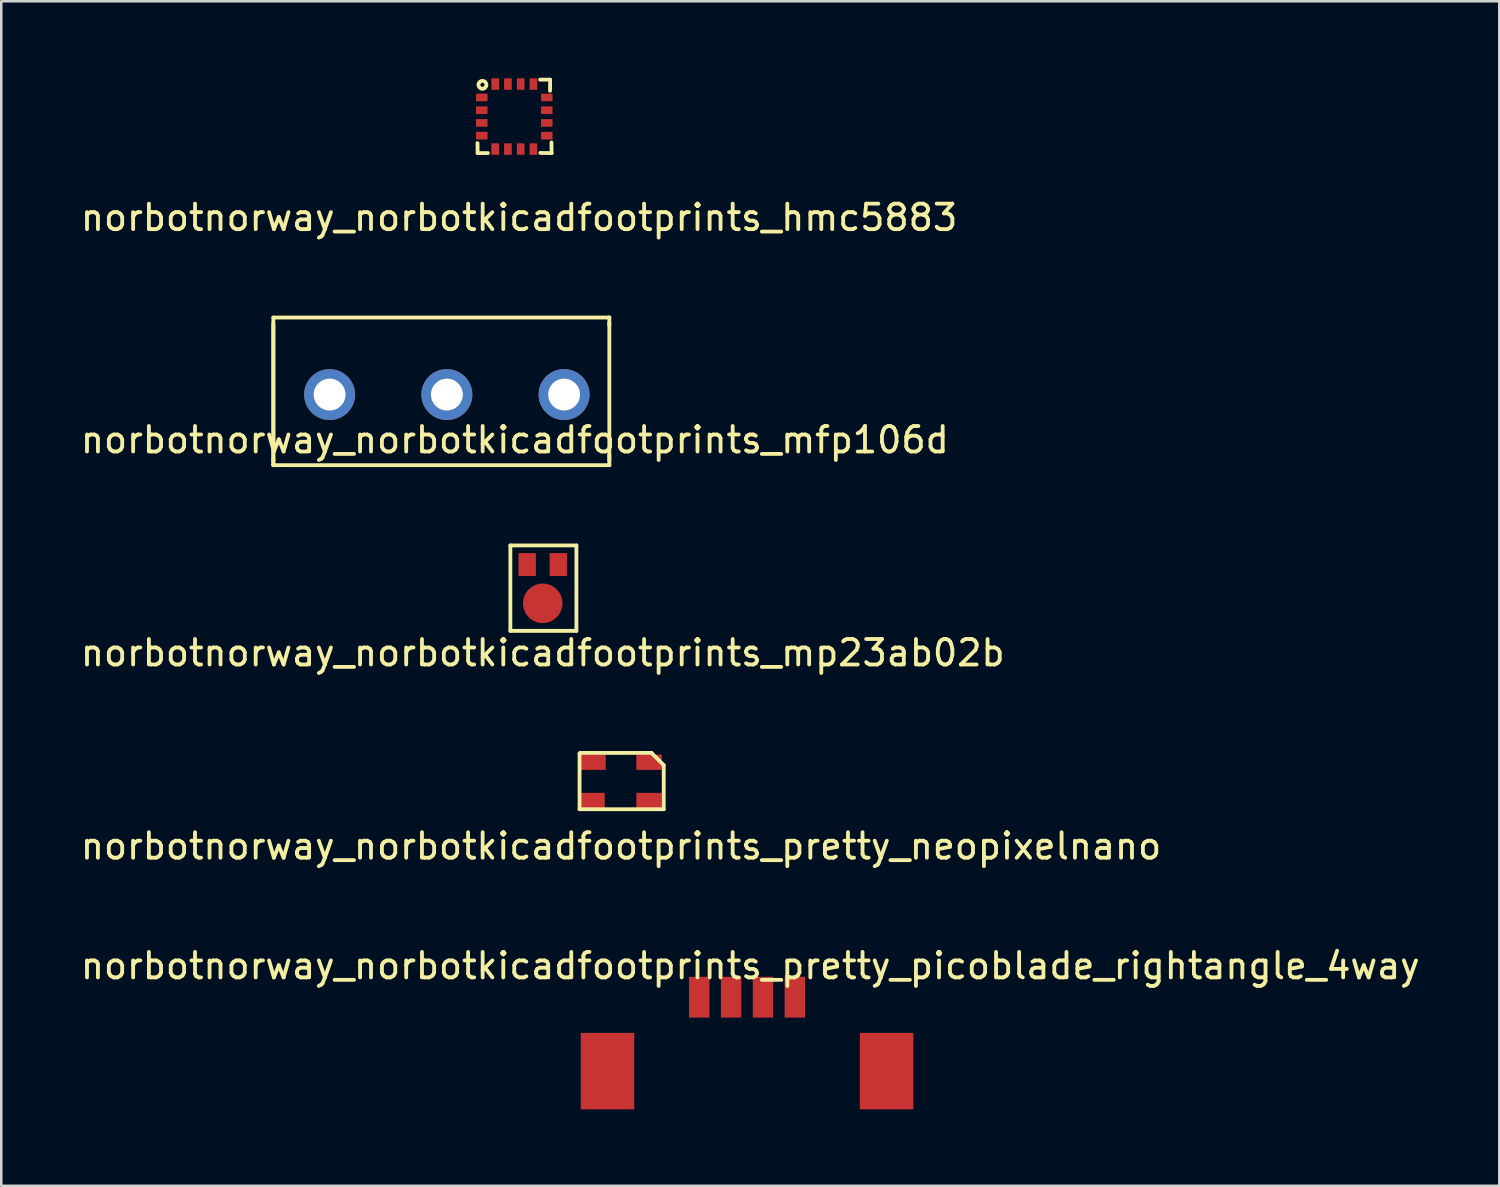
<source format=kicad_pcb>
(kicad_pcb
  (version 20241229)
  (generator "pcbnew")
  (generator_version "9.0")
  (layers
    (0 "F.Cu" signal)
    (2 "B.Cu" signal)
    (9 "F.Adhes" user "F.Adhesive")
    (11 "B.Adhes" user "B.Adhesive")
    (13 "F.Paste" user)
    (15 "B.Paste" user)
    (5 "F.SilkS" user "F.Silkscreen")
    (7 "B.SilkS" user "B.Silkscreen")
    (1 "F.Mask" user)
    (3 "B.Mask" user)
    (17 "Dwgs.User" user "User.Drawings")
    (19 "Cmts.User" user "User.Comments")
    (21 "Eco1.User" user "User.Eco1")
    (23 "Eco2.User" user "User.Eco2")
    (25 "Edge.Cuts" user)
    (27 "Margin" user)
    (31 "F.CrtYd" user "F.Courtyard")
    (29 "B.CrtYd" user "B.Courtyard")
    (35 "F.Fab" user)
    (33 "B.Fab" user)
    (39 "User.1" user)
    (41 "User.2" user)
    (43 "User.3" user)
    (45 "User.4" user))
  (footprint "norbotnorway_norbotkicadfootprints_hmc5883"
    (layer "F.Cu")
    (at 17.128 1.523)
    (property "Reference" "norbotnorway_norbotkicadfootprints_hmc5883" (at 0.188 3.962 0) (layer "F.SilkS") (effects (font (size 1 1) (thickness 0.15))))
    (attr through_hole)
    (fp_line (start -1.438 1.427) (end -1.443 1.041) (stroke (width 0.15) (type solid)) (layer "F.SilkS"))
    (fp_line (start -1.036 1.433) (end -1.438 1.433) (stroke (width 0.15) (type solid)) (layer "F.SilkS"))
    (fp_line (start 1.011 -1.448) (end 1.407 -1.448) (stroke (width 0.15) (type solid)) (layer "F.SilkS"))
    (fp_line (start 1.407 -1.448) (end 1.402 -1.011) (stroke (width 0.15) (type solid)) (layer "F.SilkS"))
    (fp_line (start 1.458 1.016) (end 1.463 1.433) (stroke (width 0.15) (type solid)) (layer "F.SilkS"))
    (fp_line (start 1.463 1.433) (end 1.021 1.427) (stroke (width 0.15) (type solid)) (layer "F.SilkS"))
    (fp_circle (center -1.25 -1.245) (end -1.179 -1.107) (stroke (width 0.15) (type solid)) (fill no) (layer "F.SilkS"))
    (pad "1" smd rect (at -1.275 -0.75) (size 0.45 0.3) (layers "F.Cu" "F.Mask" "F.Paste"))
    (pad "2" smd rect (at -1.275 -0.25) (size 0.45 0.3) (layers "F.Cu" "F.Mask" "F.Paste"))
    (pad "3" smd rect (at -1.275 0.25) (size 0.45 0.3) (layers "F.Cu" "F.Mask" "F.Paste"))
    (pad "4" smd rect (at -1.275 0.75) (size 0.45 0.3) (layers "F.Cu" "F.Mask" "F.Paste"))
    (pad "5" smd rect (at -0.75 1.275 90) (size 0.45 0.3) (layers "F.Cu" "F.Mask" "F.Paste"))
    (pad "6" smd rect (at -0.25 1.275 90) (size 0.45 0.3) (layers "F.Cu" "F.Mask" "F.Paste"))
    (pad "7" smd rect (at 0.25 1.275 90) (size 0.45 0.3) (layers "F.Cu" "F.Mask" "F.Paste"))
    (pad "8" smd rect (at 0.75 1.275 90) (size 0.45 0.3) (layers "F.Cu" "F.Mask" "F.Paste"))
    (pad "9" smd rect (at 1.275 0.75) (size 0.45 0.3) (layers "F.Cu" "F.Mask" "F.Paste"))
    (pad "10" smd rect (at 1.275 0.25) (size 0.45 0.3) (layers "F.Cu" "F.Mask" "F.Paste"))
    (pad "11" smd rect (at 1.275 -0.25) (size 0.45 0.3) (layers "F.Cu" "F.Mask" "F.Paste"))
    (pad "12" smd rect (at 1.275 -0.75) (size 0.45 0.3) (layers "F.Cu" "F.Mask" "F.Paste"))
    (pad "13" smd rect (at 0.75 -1.275 90) (size 0.45 0.3) (layers "F.Cu" "F.Mask" "F.Paste"))
    (pad "14" smd rect (at 0.25 -1.275 90) (size 0.45 0.3) (layers "F.Cu" "F.Mask" "F.Paste"))
    (pad "15" smd rect (at -0.25 -1.275 90) (size 0.45 0.3) (layers "F.Cu" "F.Mask" "F.Paste"))
    (pad "16" smd rect (at -0.75 -1.275 90) (size 0.45 0.3) (layers "F.Cu" "F.Mask" "F.Paste")))
  (footprint "norbotnorway_norbotkicadfootprints_pretty_neopixelnano"
    (layer "F.Cu")
    (at 21.315 27.607)
    (property "Reference" "norbotnorway_norbotkicadfootprints_pretty_neopixelnano" (at 0 2.54 0) (layer "F.SilkS") (effects (font (size 1 1) (thickness 0.15))))
    (attr through_hole)
    (fp_line (start -1.626 1.092) (end -1.626 -1.092) (stroke (width 0.15) (type solid)) (layer "F.SilkS"))
    (fp_line (start -1.6 -1.118) (end -1.626 -1.092) (stroke (width 0.15) (type solid)) (layer "F.SilkS"))
    (fp_line (start -1.6 -1.118) (end 1.194 -1.118) (stroke (width 0.15) (type solid)) (layer "F.SilkS"))
    (fp_line (start 1.194 -1.118) (end 1.676 -0.635) (stroke (width 0.15) (type solid)) (layer "F.SilkS"))
    (fp_line (start 1.676 -0.635) (end 1.676 1.092) (stroke (width 0.15) (type solid)) (layer "F.SilkS"))
    (fp_line (start 1.676 1.092) (end -1.626 1.092) (stroke (width 0.15) (type solid)) (layer "F.SilkS"))
    (pad "1" smd rect (at 1.1 0.75) (size 1 0.6) (layers "F.Cu" "F.Mask" "F.Paste"))
    (pad "2" smd rect (at 1.1 -0.75) (size 1 0.6) (layers "F.Cu" "F.Mask" "F.Paste"))
    (pad "3" smd rect (at -1.1 -0.75) (size 1 0.6) (layers "F.Cu" "F.Mask" "F.Paste"))
    (pad "4" smd rect (at -1.14 0.75) (size 1 0.6) (layers "F.Cu" "F.Mask" "F.Paste")))
  (footprint "norbotnorway_norbotkicadfootprints_mp23ab02b"
    (layer "F.Cu")
    (at 18.244 20.026)
    (property "Reference" "norbotnorway_norbotkicadfootprints_mp23ab02b" (at 0 2.54 0) (layer "F.SilkS") (effects (font (size 1 1) (thickness 0.15))))
    (attr through_hole)
    (fp_line (start -1.27 -1.676) (end 1.321 -1.676) (stroke (width 0.15) (type solid)) (layer "F.SilkS"))
    (fp_line (start -1.27 1.676) (end -1.27 -1.676) (stroke (width 0.15) (type solid)) (layer "F.SilkS"))
    (fp_line (start 1.321 -1.676) (end 1.321 1.676) (stroke (width 0.15) (type solid)) (layer "F.SilkS"))
    (fp_line (start 1.321 1.676) (end -1.27 1.676) (stroke (width 0.15) (type solid)) (layer "F.SilkS"))
    (pad "1" smd rect (at 0.61 -0.925) (size 0.68 0.9) (layers "F.Cu" "F.Mask" "F.Paste"))
    (pad "2" smd rect (at -0.61 -0.925) (size 0.68 0.9) (layers "F.Cu" "F.Mask" "F.Paste"))
    (pad "3" smd circle (at 0 0.595) (size 1.55 1.55) (layers "F.Cu" "F.Mask" "F.Paste")))
  (footprint "norbotnorway_norbotkicadfootprints_mfp106d"
    (layer "F.Cu")
    (at 14.482 12.431)
    (property "Reference" "norbotnorway_norbotkicadfootprints_mfp106d" (at 2.667 1.778 0) (layer "F.SilkS") (effects (font (size 1 1) (thickness 0.15))))
    (attr through_hole)
    (fp_line (start -6.807 -3.023) (end -6.807 2.769) (stroke (width 0.15) (type solid)) (layer "F.SilkS"))
    (fp_line (start -6.807 -3.023) (end 6.375 -3.023) (stroke (width 0.15) (type solid)) (layer "F.SilkS"))
    (fp_line (start -6.807 2.565) (end -6.807 2.565) (stroke (width 0.15) (type solid)) (layer "F.SilkS"))
    (fp_line (start -6.807 2.591) (end -6.807 -2.769) (stroke (width 0.15) (type solid)) (layer "F.SilkS"))
    (fp_line (start -6.807 2.769) (end -6.807 2.565) (stroke (width 0.15) (type solid)) (layer "F.SilkS"))
    (fp_line (start -6.807 2.769) (end -6.807 2.769) (stroke (width 0.15) (type solid)) (layer "F.SilkS"))
    (fp_line (start -6.807 2.769) (end 6.375 2.769) (stroke (width 0.15) (type solid)) (layer "F.SilkS"))
    (fp_line (start 6.375 -3.023) (end 6.375 -3.023) (stroke (width 0.15) (type solid)) (layer "F.SilkS"))
    (fp_line (start 6.375 -3.023) (end 6.375 -2.743) (stroke (width 0.15) (type solid)) (layer "F.SilkS"))
    (fp_line (start 6.375 -2.794) (end 6.375 2.591) (stroke (width 0.15) (type solid)) (layer "F.SilkS"))
    (fp_line (start 6.375 -2.743) (end 6.375 -2.743) (stroke (width 0.15) (type solid)) (layer "F.SilkS"))
    (fp_line (start 6.375 2.769) (end 6.375 2.362) (stroke (width 0.15) (type solid)) (layer "F.SilkS"))
    (fp_line (start 6.375 2.769) (end 6.375 2.769) (stroke (width 0.15) (type solid)) (layer "F.SilkS"))
    (pad "1" thru_hole circle (at 4.6 0) (size 2 2) (drill 1.25) (layers "*.Cu" "*.Mask"))
    (pad "2" thru_hole circle (at 0 0) (size 2 2) (drill 1.25) (layers "*.Cu" "*.Mask"))
    (pad "3" thru_hole circle (at -4.6 0) (size 2 2) (drill 1.25) (layers "*.Cu" "*.Mask")))
  (footprint "norbotnorway_norbotkicadfootprints_pretty_picoblade_rightangle_4way"
    (layer "F.Cu")
    (at 26.26 36.875)
    (property "Reference" "norbotnorway_norbotkicadfootprints_pretty_picoblade_rightangle_4way" (at 0.127 -2.032 0) (layer "F.SilkS") (effects (font (size 1 1) (thickness 0.15))))
    (attr through_hole)
    (pad "" smd rect (at -5.475 2.1) (size 2.1 3) (layers "F.Cu" "F.Mask" "F.Paste"))
    (pad "" smd rect (at 5.475 2.1) (size 2.1 3) (layers "F.Cu" "F.Mask" "F.Paste"))
    (pad "1" smd rect (at -1.875 -0.8) (size 0.8 1.6) (layers "F.Cu" "F.Mask" "F.Paste"))
    (pad "2" smd rect (at -0.625 -0.8) (size 0.8 1.6) (layers "F.Cu" "F.Mask" "F.Paste"))
    (pad "3" smd rect (at 0.625 -0.8) (size 0.8 1.6) (layers "F.Cu" "F.Mask" "F.Paste"))
    (pad "4" smd rect (at 1.875 -0.8) (size 0.8 1.6) (layers "F.Cu" "F.Mask" "F.Paste")))
  (gr_rect
    (start -3 -3)
    (end 55.774 43.475)
    (stroke (width 0.1) (type default))
    (fill no)
    (layer "Edge.Cuts")))
</source>
